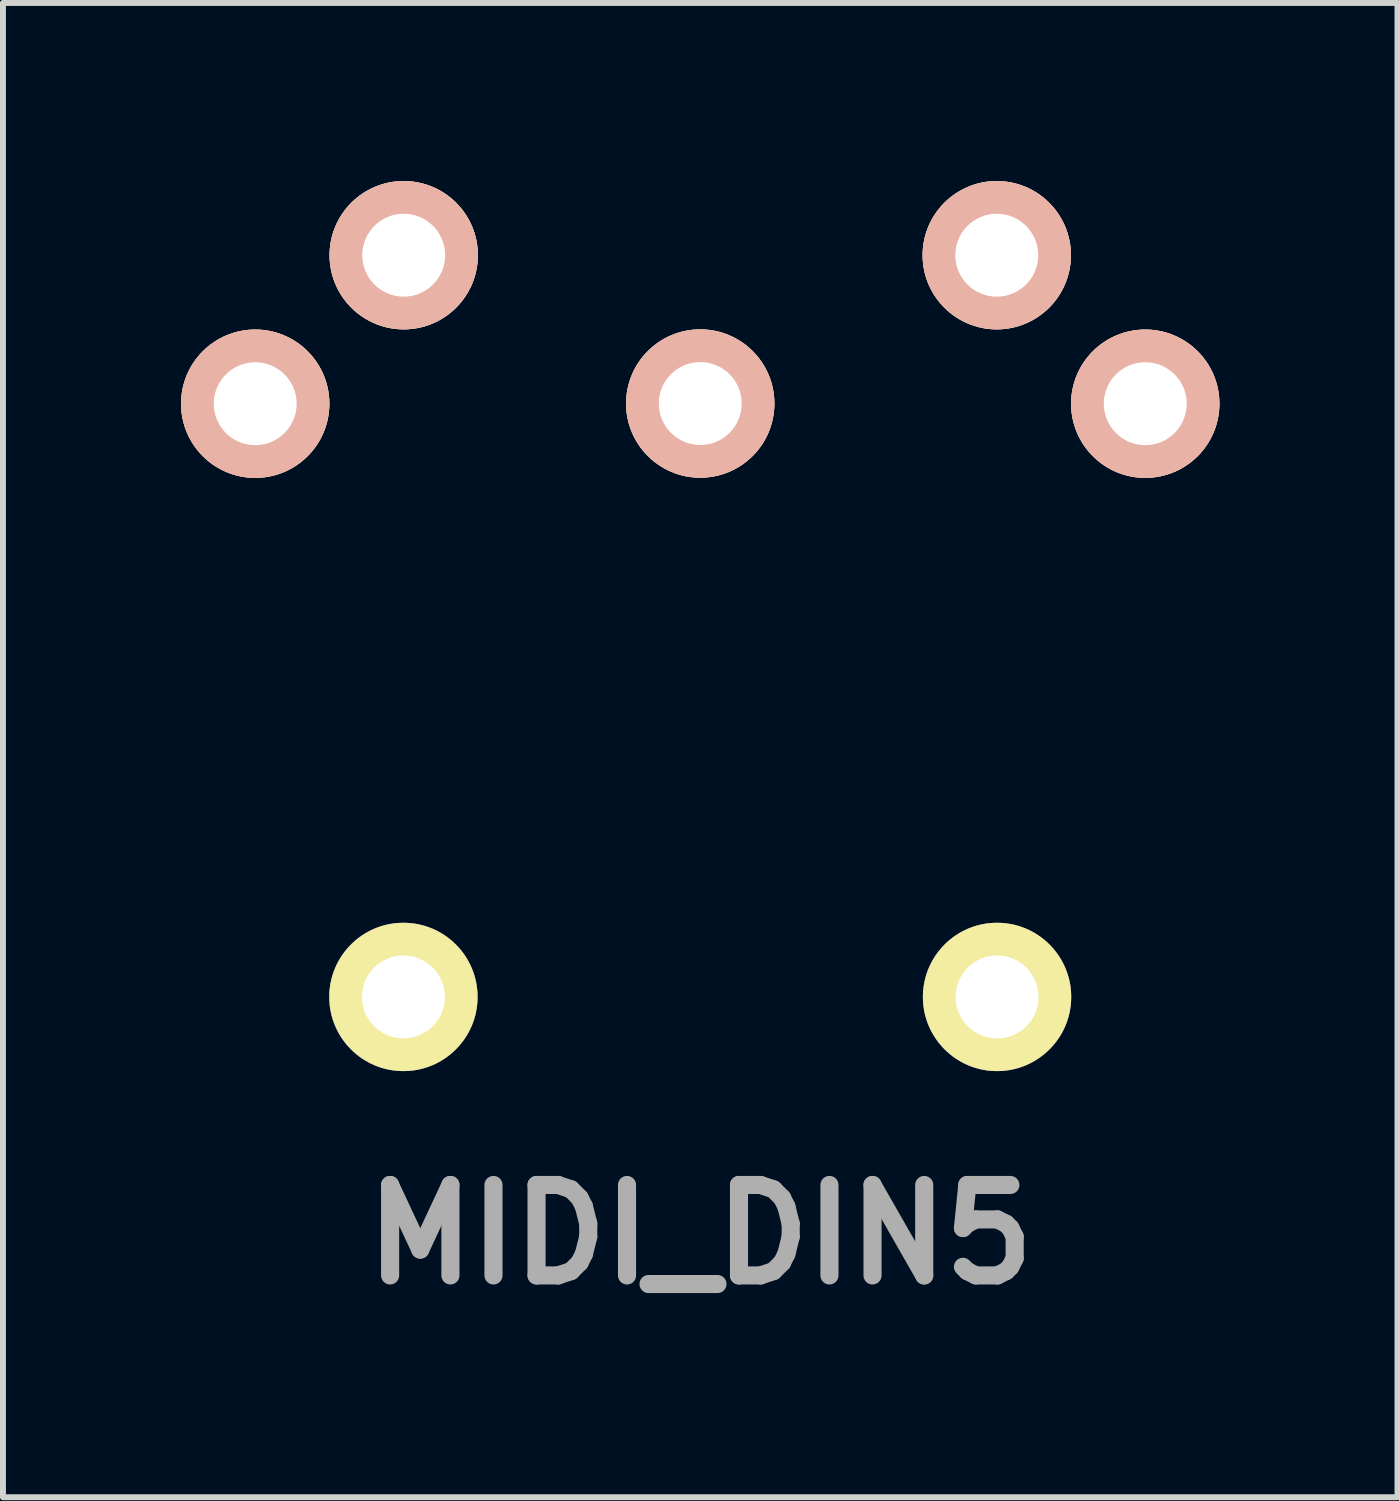
<source format=kicad_pcb>
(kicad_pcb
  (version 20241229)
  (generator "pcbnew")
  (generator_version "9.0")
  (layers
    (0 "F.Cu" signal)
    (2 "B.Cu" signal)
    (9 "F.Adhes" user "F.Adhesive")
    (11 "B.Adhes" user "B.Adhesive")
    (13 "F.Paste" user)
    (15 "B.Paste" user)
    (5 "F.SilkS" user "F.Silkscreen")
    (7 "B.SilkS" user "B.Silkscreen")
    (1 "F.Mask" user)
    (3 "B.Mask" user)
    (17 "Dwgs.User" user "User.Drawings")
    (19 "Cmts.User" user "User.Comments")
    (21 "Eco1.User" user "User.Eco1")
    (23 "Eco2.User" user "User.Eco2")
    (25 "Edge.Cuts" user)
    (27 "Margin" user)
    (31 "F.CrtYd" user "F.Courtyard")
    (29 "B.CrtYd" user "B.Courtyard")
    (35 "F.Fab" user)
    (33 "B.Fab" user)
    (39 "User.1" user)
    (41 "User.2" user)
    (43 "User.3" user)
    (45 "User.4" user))
  (footprint "MIDI_DIN5"
    (layer "F.Cu")
    (at 8.748 6.749)
    (property "Reference" "MIDI_DIN5" (at 0 11.001 0) (layer "F.Fab") (effects (font (size 1.524 1.524) (thickness 0.305))))
    (attr through_hole)
    (pad "" np_thru_hole circle (at -5.001 6.998) (size 2.499 2.499) (drill 1.397) (layers "*.Cu" "*.Mask" "F.SilkS"))
    (pad "" np_thru_hole circle (at 5.001 6.998) (size 2.499 2.499) (drill 1.397) (layers "*.Cu" "*.Mask" "F.SilkS"))
    (pad "1" thru_hole circle (at 7.498 -2.997) (size 2.499 2.499) (drill 1.397) (layers "*.Cu" "*.SilkS" "*.Mask"))
    (pad "2" thru_hole circle (at 0 -3) (size 2.499 2.499) (drill 1.397) (layers "*.Cu" "*.SilkS" "*.Mask"))
    (pad "3" thru_hole circle (at -7.498 -2.997) (size 2.499 2.499) (drill 1.397) (layers "*.Cu" "*.SilkS" "*.Mask"))
    (pad "4" thru_hole circle (at 4.996 -5.499) (size 2.499 2.499) (drill 1.397) (layers "*.Cu" "*.SilkS" "*.Mask"))
    (pad "5" thru_hole circle (at -4.996 -5.499) (size 2.499 2.499) (drill 1.397) (layers "*.Cu" "*.SilkS" "*.Mask")))
  (gr_rect
    (start -3 -3)
    (end 20.496 22.176)
    (stroke (width 0.1) (type default))
    (fill no)
    (layer "Edge.Cuts")))
</source>
